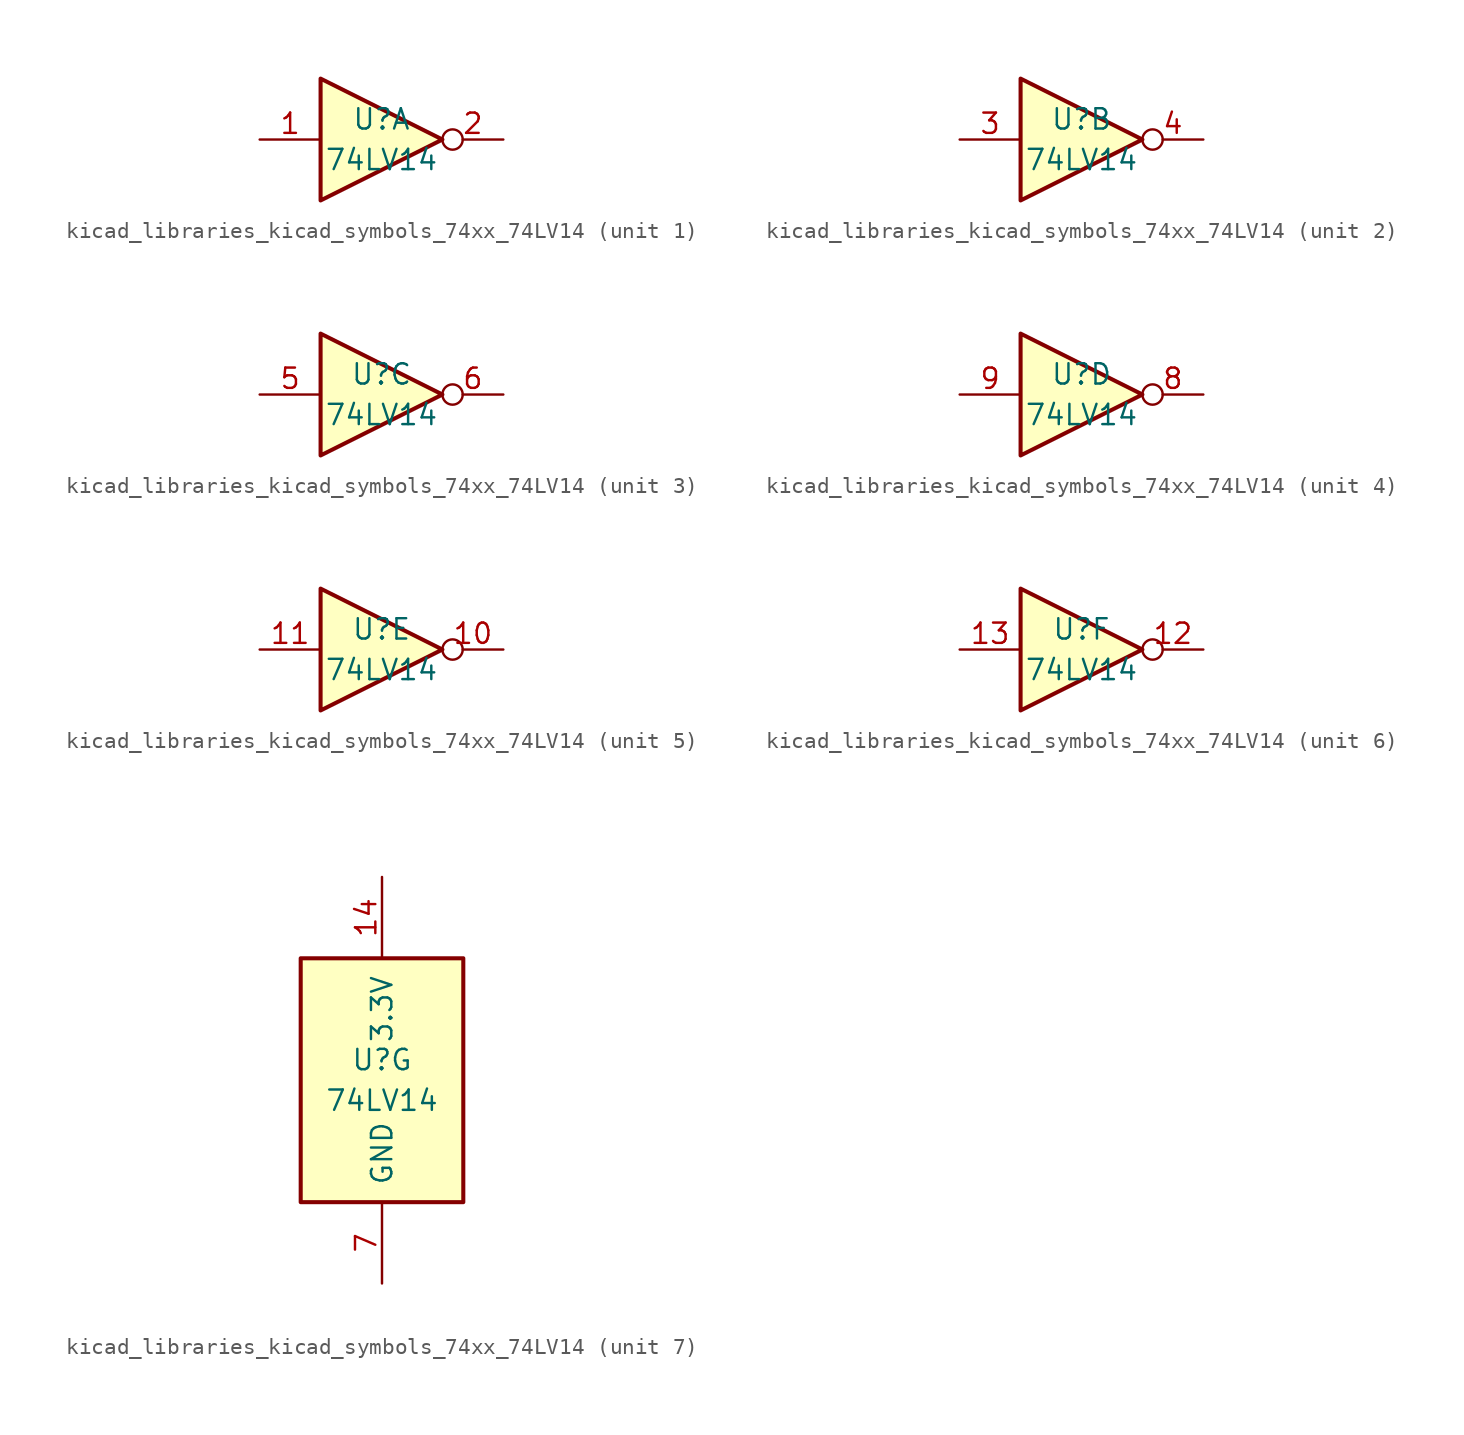
<source format=kicad_sym>
(kicad_symbol_lib
  (version 20220914)
  (generator kicad_symbol_editor)
  (symbol "kicad_libraries_kicad_symbols_74xx_74LV14"
    (pin_names
      (offset 1.016))
    (property "Reference" "U"
      (at 0 1.27 0)
      (effects (font (size 1.27 1.27))))
    (property "Value" "74LV14"
      (at 0 -1.27 0)
      (effects (font (size 1.27 1.27))))
    (property "ki_locked" ""
      (at 0 0 0)
      (effects (font (size 1.27 1.27))))
    (symbol "kicad_libraries_kicad_symbols_74xx_74LV14_1_0"
      (polyline (pts (xy -3.81 3.81) (xy -3.81 -3.81) (xy 3.81 0) (xy -3.81 3.81)) (stroke (width 0.254) (type default)) (fill (type background)))
      (pin input line (at -7.62 0 0) (length 3.81) (name "~" (effects (font (size 1.27 1.27)))) (number "1" (effects (font (size 1.27 1.27)))))
      (pin output inverted (at 7.62 0 180) (length 3.81) (name "~" (effects (font (size 1.27 1.27)))) (number "2" (effects (font (size 1.27 1.27))))))
    (symbol "kicad_libraries_kicad_symbols_74xx_74LV14_2_0"
      (polyline (pts (xy -3.81 3.81) (xy -3.81 -3.81) (xy 3.81 0) (xy -3.81 3.81)) (stroke (width 0.254) (type default)) (fill (type background)))
      (pin input line (at -7.62 0 0) (length 3.81) (name "~" (effects (font (size 1.27 1.27)))) (number "3" (effects (font (size 1.27 1.27)))))
      (pin output inverted (at 7.62 0 180) (length 3.81) (name "~" (effects (font (size 1.27 1.27)))) (number "4" (effects (font (size 1.27 1.27))))))
    (symbol "kicad_libraries_kicad_symbols_74xx_74LV14_3_0"
      (polyline (pts (xy -3.81 3.81) (xy -3.81 -3.81) (xy 3.81 0) (xy -3.81 3.81)) (stroke (width 0.254) (type default)) (fill (type background)))
      (pin input line (at -7.62 0 0) (length 3.81) (name "~" (effects (font (size 1.27 1.27)))) (number "5" (effects (font (size 1.27 1.27)))))
      (pin output inverted (at 7.62 0 180) (length 3.81) (name "~" (effects (font (size 1.27 1.27)))) (number "6" (effects (font (size 1.27 1.27))))))
    (symbol "kicad_libraries_kicad_symbols_74xx_74LV14_4_0"
      (polyline (pts (xy -3.81 3.81) (xy -3.81 -3.81) (xy 3.81 0) (xy -3.81 3.81)) (stroke (width 0.254) (type default)) (fill (type background)))
      (pin output inverted (at 7.62 0 180) (length 3.81) (name "~" (effects (font (size 1.27 1.27)))) (number "8" (effects (font (size 1.27 1.27)))))
      (pin input line (at -7.62 0 0) (length 3.81) (name "~" (effects (font (size 1.27 1.27)))) (number "9" (effects (font (size 1.27 1.27))))))
    (symbol "kicad_libraries_kicad_symbols_74xx_74LV14_5_0"
      (polyline (pts (xy -3.81 3.81) (xy -3.81 -3.81) (xy 3.81 0) (xy -3.81 3.81)) (stroke (width 0.254) (type default)) (fill (type background)))
      (pin output inverted (at 7.62 0 180) (length 3.81) (name "~" (effects (font (size 1.27 1.27)))) (number "10" (effects (font (size 1.27 1.27)))))
      (pin input line (at -7.62 0 0) (length 3.81) (name "~" (effects (font (size 1.27 1.27)))) (number "11" (effects (font (size 1.27 1.27))))))
    (symbol "kicad_libraries_kicad_symbols_74xx_74LV14_6_0"
      (polyline (pts (xy -3.81 3.81) (xy -3.81 -3.81) (xy 3.81 0) (xy -3.81 3.81)) (stroke (width 0.254) (type default)) (fill (type background)))
      (pin output inverted (at 7.62 0 180) (length 3.81) (name "~" (effects (font (size 1.27 1.27)))) (number "12" (effects (font (size 1.27 1.27)))))
      (pin input line (at -7.62 0 0) (length 3.81) (name "~" (effects (font (size 1.27 1.27)))) (number "13" (effects (font (size 1.27 1.27))))))
    (symbol "kicad_libraries_kicad_symbols_74xx_74LV14_7_0"
      (pin power_in line (at 0 12.7 270) (length 5.08) (name "3.3V" (effects (font (size 1.27 1.27)))) (number "14" (effects (font (size 1.27 1.27)))))
      (pin power_in line (at 0 -12.7 90) (length 5.08) (name "GND" (effects (font (size 1.27 1.27)))) (number "7" (effects (font (size 1.27 1.27))))))
    (symbol "kicad_libraries_kicad_symbols_74xx_74LV14_7_1"
      (rectangle (start -5.08 7.62) (end 5.08 -7.62) (stroke (width 0.254) (type default)) (fill (type background))))))
</source>
